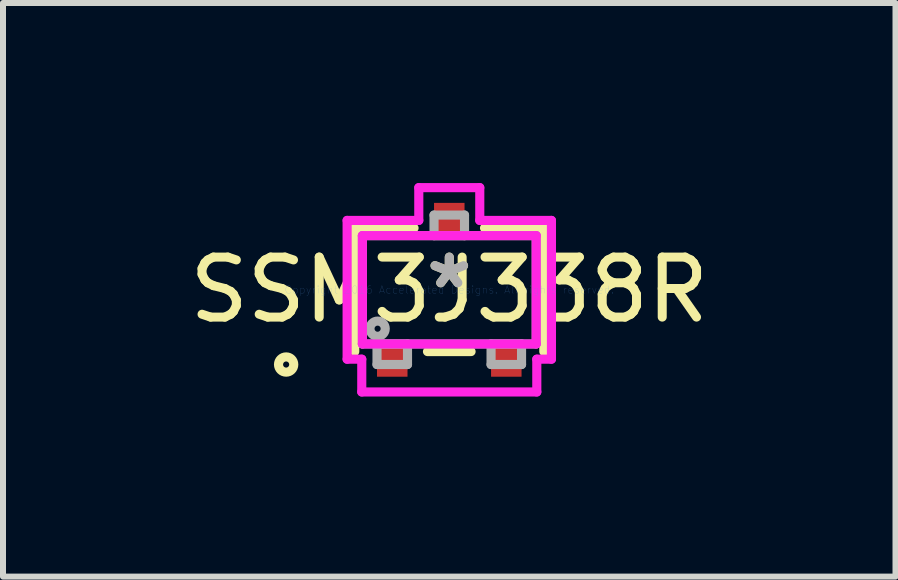
<source format=kicad_pcb>
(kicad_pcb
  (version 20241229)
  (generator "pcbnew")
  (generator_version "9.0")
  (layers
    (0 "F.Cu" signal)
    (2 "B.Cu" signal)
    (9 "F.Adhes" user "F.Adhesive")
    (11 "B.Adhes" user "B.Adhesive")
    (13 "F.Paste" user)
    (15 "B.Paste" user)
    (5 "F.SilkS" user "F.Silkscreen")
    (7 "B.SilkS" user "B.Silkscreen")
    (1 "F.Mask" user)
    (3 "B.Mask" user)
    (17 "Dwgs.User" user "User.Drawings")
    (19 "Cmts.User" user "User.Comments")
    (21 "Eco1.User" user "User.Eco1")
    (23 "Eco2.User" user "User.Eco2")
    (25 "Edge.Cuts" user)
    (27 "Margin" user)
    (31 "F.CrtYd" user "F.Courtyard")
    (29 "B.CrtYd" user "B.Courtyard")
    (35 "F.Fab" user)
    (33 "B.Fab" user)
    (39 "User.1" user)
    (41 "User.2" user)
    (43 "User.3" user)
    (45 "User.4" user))
  (footprint "SSM3J338R"
    (layer "F.Cu")
    (at 4.435 1.778)
    (property "Reference" "SSM3J338R" (at 0 0 0) (layer "F.SilkS") (effects (font (size 1 1) (thickness 0.15))))
    (attr through_hole)
    (fp_line (start -1.575 -1.029) (end -1.575 1.029) (stroke (width 0.152) (type solid)) (layer "F.SilkS"))
    (fp_line (start -0.587 -1.029) (end -1.575 -1.029) (stroke (width 0.152) (type solid)) (layer "F.SilkS"))
    (fp_line (start -0.363 1.029) (end 0.363 1.029) (stroke (width 0.152) (type solid)) (layer "F.SilkS"))
    (fp_line (start 1.575 -1.029) (end 0.587 -1.029) (stroke (width 0.152) (type solid)) (layer "F.SilkS"))
    (fp_line (start 1.575 1.029) (end 1.575 -1.029) (stroke (width 0.152) (type solid)) (layer "F.SilkS"))
    (fp_circle (center -2.718 1.245) (end -2.591 1.245) (stroke (width 0.152) (type solid)) (fill no) (layer "F.SilkS"))
    (fp_line (start -1.702 -1.156) (end -0.508 -1.156) (stroke (width 0.152) (type solid)) (layer "F.CrtYd"))
    (fp_line (start -1.702 1.156) (end -1.702 -1.156) (stroke (width 0.152) (type solid)) (layer "F.CrtYd"))
    (fp_line (start -1.458 1.156) (end -1.702 1.156) (stroke (width 0.152) (type solid)) (layer "F.CrtYd"))
    (fp_line (start -1.458 1.702) (end -1.458 1.156) (stroke (width 0.152) (type solid)) (layer "F.CrtYd"))
    (fp_line (start -1.448 -0.902) (end 1.448 -0.902) (stroke (width 0.152) (type solid)) (layer "F.CrtYd"))
    (fp_line (start -1.448 0.902) (end -1.448 -0.902) (stroke (width 0.152) (type solid)) (layer "F.CrtYd"))
    (fp_line (start -0.508 -1.702) (end 0.508 -1.702) (stroke (width 0.152) (type solid)) (layer "F.CrtYd"))
    (fp_line (start -0.508 -1.156) (end -0.508 -1.702) (stroke (width 0.152) (type solid)) (layer "F.CrtYd"))
    (fp_line (start 0.508 -1.702) (end 0.508 -1.156) (stroke (width 0.152) (type solid)) (layer "F.CrtYd"))
    (fp_line (start 0.508 -1.156) (end 1.702 -1.156) (stroke (width 0.152) (type solid)) (layer "F.CrtYd"))
    (fp_line (start 1.448 -0.902) (end 1.448 0.902) (stroke (width 0.152) (type solid)) (layer "F.CrtYd"))
    (fp_line (start 1.448 0.902) (end -1.448 0.902) (stroke (width 0.152) (type solid)) (layer "F.CrtYd"))
    (fp_line (start 1.458 1.156) (end 1.458 1.702) (stroke (width 0.152) (type solid)) (layer "F.CrtYd"))
    (fp_line (start 1.458 1.702) (end -1.458 1.702) (stroke (width 0.152) (type solid)) (layer "F.CrtYd"))
    (fp_line (start 1.702 -1.156) (end 1.702 1.156) (stroke (width 0.152) (type solid)) (layer "F.CrtYd"))
    (fp_line (start 1.702 1.156) (end 1.458 1.156) (stroke (width 0.152) (type solid)) (layer "F.CrtYd"))
    (fp_line (start -1.448 -0.902) (end -1.448 0.902) (stroke (width 0.152) (type solid)) (layer "F.Fab"))
    (fp_line (start -1.448 0.902) (end 1.448 0.902) (stroke (width 0.152) (type solid)) (layer "F.Fab"))
    (fp_line (start -1.204 0.902) (end -1.204 1.245) (stroke (width 0.152) (type solid)) (layer "F.Fab"))
    (fp_line (start -1.204 1.245) (end -0.696 1.245) (stroke (width 0.152) (type solid)) (layer "F.Fab"))
    (fp_line (start -0.696 0.902) (end -1.204 0.902) (stroke (width 0.152) (type solid)) (layer "F.Fab"))
    (fp_line (start -0.696 1.245) (end -0.696 0.902) (stroke (width 0.152) (type solid)) (layer "F.Fab"))
    (fp_line (start -0.254 -1.245) (end -0.254 -0.902) (stroke (width 0.152) (type solid)) (layer "F.Fab"))
    (fp_line (start -0.254 -0.902) (end 0.254 -0.902) (stroke (width 0.152) (type solid)) (layer "F.Fab"))
    (fp_line (start 0.254 -1.245) (end -0.254 -1.245) (stroke (width 0.152) (type solid)) (layer "F.Fab"))
    (fp_line (start 0.254 -0.902) (end 0.254 -1.245) (stroke (width 0.152) (type solid)) (layer "F.Fab"))
    (fp_line (start 0.696 0.902) (end 0.696 1.245) (stroke (width 0.152) (type solid)) (layer "F.Fab"))
    (fp_line (start 0.696 1.245) (end 1.204 1.245) (stroke (width 0.152) (type solid)) (layer "F.Fab"))
    (fp_line (start 1.204 0.902) (end 0.696 0.902) (stroke (width 0.152) (type solid)) (layer "F.Fab"))
    (fp_line (start 1.204 1.245) (end 1.204 0.902) (stroke (width 0.152) (type solid)) (layer "F.Fab"))
    (fp_line (start 1.448 -0.902) (end -1.448 -0.902) (stroke (width 0.152) (type solid)) (layer "F.Fab"))
    (fp_line (start 1.448 0.902) (end 1.448 -0.902) (stroke (width 0.152) (type solid)) (layer "F.Fab"))
    (fp_circle (center -1.194 0.648) (end -1.067 0.648) (stroke (width 0.152) (type solid)) (fill no) (layer "F.Fab"))
    (fp_text user "*" (at 0 0 0) (layer "F.SilkS") (effects (font (size 1 1) (thickness 0.15))))
    (fp_text user "Copyright 2016 Accelerated Designs. All rights reserved." (at 0 0 0) (layer "Cmts.User") (effects (font (size 0.127 0.127) (thickness 0.002))))
    (fp_text user "*" (at 0 0 0) (layer "F.Fab") (effects (font (size 1 1) (thickness 0.15))))
    (pad "1" smd rect (at -0.95 1.194) (size 0.508 0.508) (layers "F.Cu" "F.Mask" "F.Paste"))
    (pad "2" smd rect (at 0.95 1.194) (size 0.508 0.508) (layers "F.Cu" "F.Mask" "F.Paste"))
    (pad "3" smd rect (at 0 -1.194) (size 0.508 0.508) (layers "F.Cu" "F.Mask" "F.Paste")))
  (gr_rect
    (start -3 -3)
    (end 11.869 6.556)
    (stroke (width 0.1) (type default))
    (fill no)
    (layer "Edge.Cuts")))
</source>
